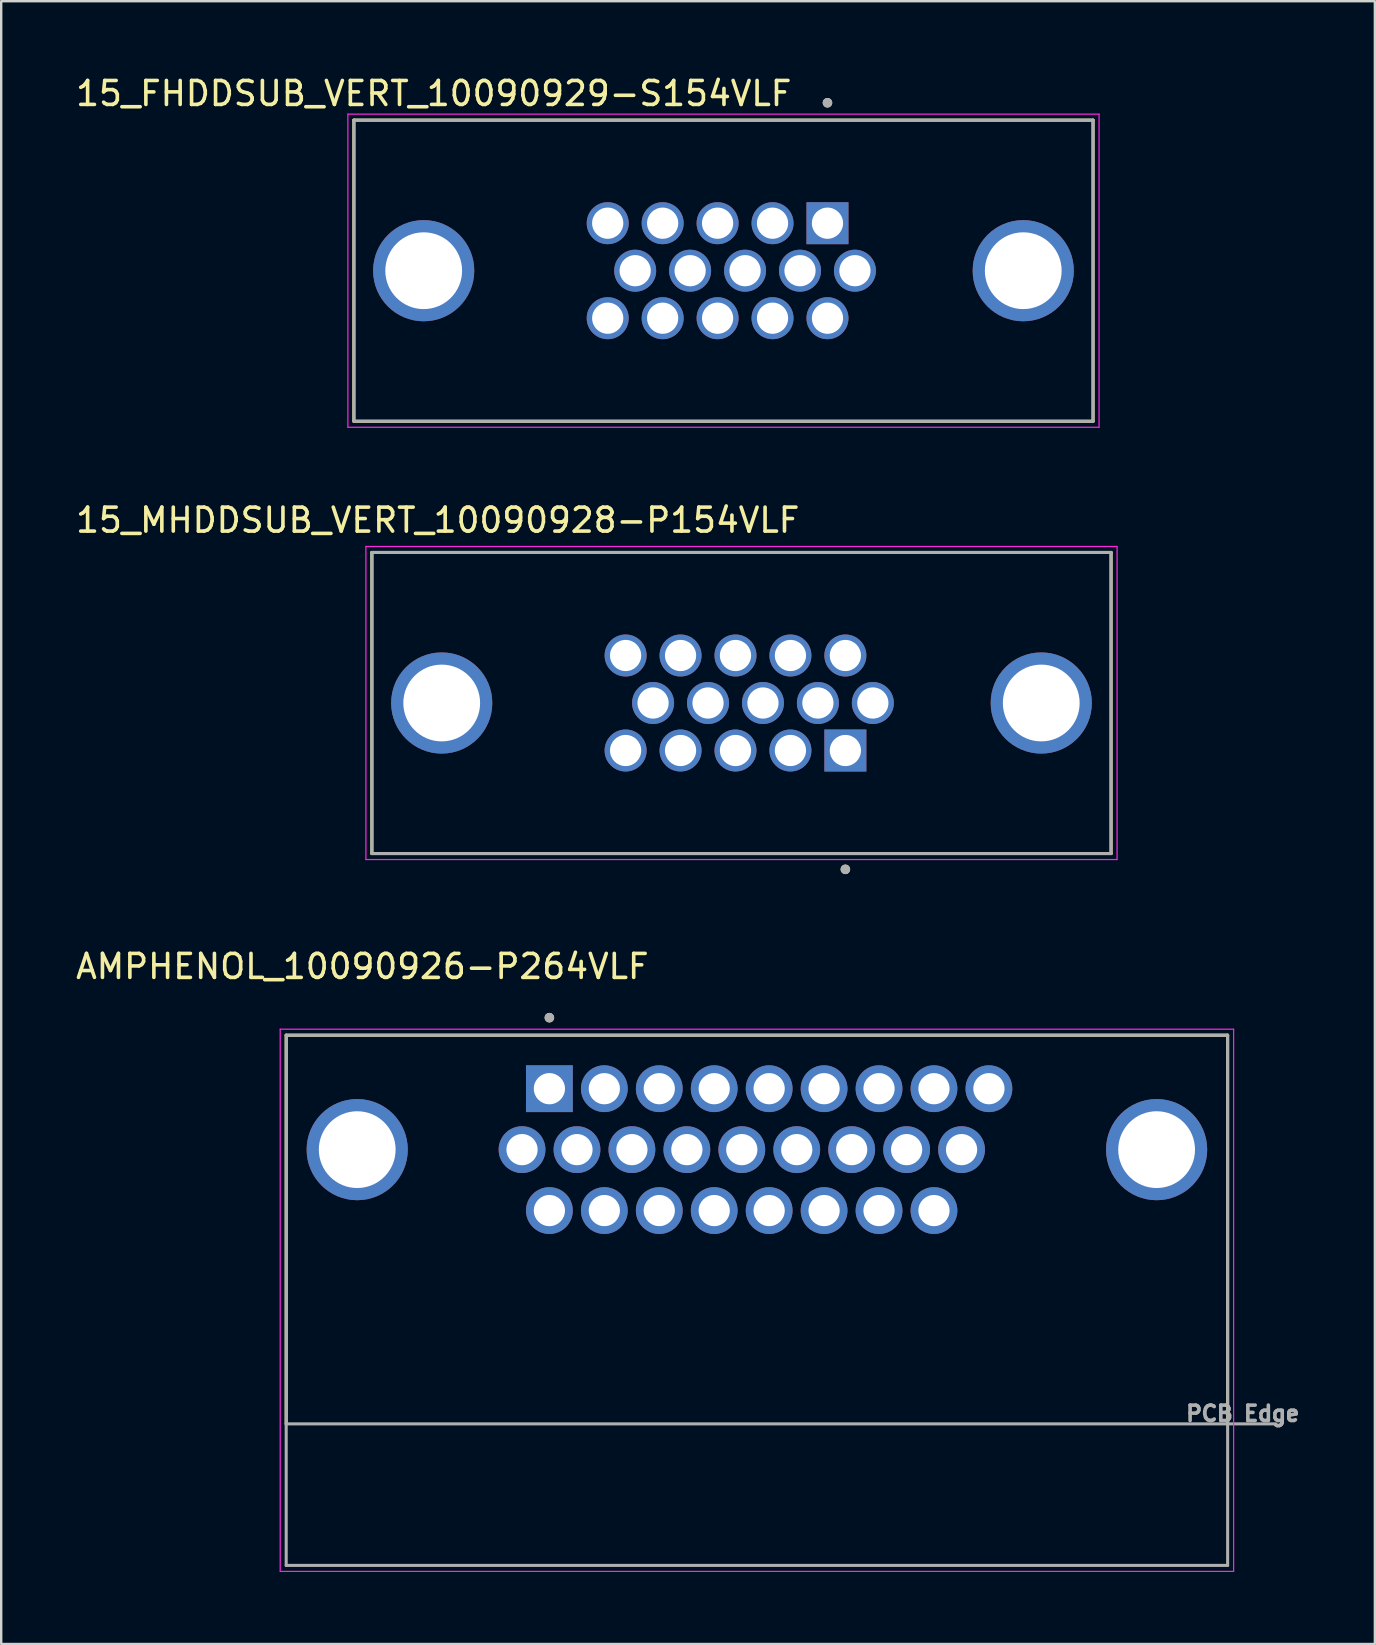
<source format=kicad_pcb>
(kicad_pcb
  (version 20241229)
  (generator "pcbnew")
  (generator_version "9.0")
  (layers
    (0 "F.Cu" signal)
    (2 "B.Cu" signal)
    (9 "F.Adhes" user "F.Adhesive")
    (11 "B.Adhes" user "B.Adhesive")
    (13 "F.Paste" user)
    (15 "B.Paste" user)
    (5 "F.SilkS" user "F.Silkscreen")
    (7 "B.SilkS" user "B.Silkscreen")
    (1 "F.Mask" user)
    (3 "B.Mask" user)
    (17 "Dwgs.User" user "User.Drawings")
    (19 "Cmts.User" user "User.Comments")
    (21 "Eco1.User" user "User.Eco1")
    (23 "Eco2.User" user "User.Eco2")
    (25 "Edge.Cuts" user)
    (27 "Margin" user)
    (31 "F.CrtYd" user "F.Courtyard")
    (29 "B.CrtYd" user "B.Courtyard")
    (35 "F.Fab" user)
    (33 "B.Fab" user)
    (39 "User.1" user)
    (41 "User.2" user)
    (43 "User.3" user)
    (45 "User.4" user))
  (footprint "15_FHDDSUB_VERT_10090929-S154VLF"
    (layer "F.Cu")
    (at 27.105 8.233)
    (property "Reference" "15_FHDDSUB_VERT_10090929-S154VLF" (at -12.075 -7.385 0) (layer "F.SilkS") (effects (font (size 1 1) (thickness 0.15))))
    (attr through_hole)
    (fp_line (start -15.405 -6.275) (end 15.405 -6.275) (stroke (width 0.127) (type solid)) (layer "F.SilkS"))
    (fp_line (start -15.405 6.275) (end -15.405 -6.275) (stroke (width 0.127) (type solid)) (layer "F.SilkS"))
    (fp_line (start 15.405 -6.275) (end 15.405 6.275) (stroke (width 0.127) (type solid)) (layer "F.SilkS"))
    (fp_line (start 15.405 6.275) (end -15.405 6.275) (stroke (width 0.127) (type solid)) (layer "F.SilkS"))
    (fp_circle (center 4.335 -7) (end 4.435 -7) (stroke (width 0.2) (type solid)) (fill no) (layer "F.SilkS"))
    (fp_line (start -15.655 -6.525) (end -15.655 6.525) (stroke (width 0.05) (type solid)) (layer "F.CrtYd"))
    (fp_line (start -15.655 6.525) (end 15.655 6.525) (stroke (width 0.05) (type solid)) (layer "F.CrtYd"))
    (fp_line (start 15.655 -6.525) (end -15.655 -6.525) (stroke (width 0.05) (type solid)) (layer "F.CrtYd"))
    (fp_line (start 15.655 6.525) (end 15.655 -6.525) (stroke (width 0.05) (type solid)) (layer "F.CrtYd"))
    (fp_line (start -15.405 -6.275) (end 15.405 -6.275) (stroke (width 0.127) (type solid)) (layer "F.Fab"))
    (fp_line (start -15.405 6.275) (end -15.405 -6.275) (stroke (width 0.127) (type solid)) (layer "F.Fab"))
    (fp_line (start 15.405 -6.275) (end 15.405 6.275) (stroke (width 0.127) (type solid)) (layer "F.Fab"))
    (fp_line (start 15.405 6.275) (end -15.405 6.275) (stroke (width 0.127) (type solid)) (layer "F.Fab"))
    (fp_circle (center 4.335 -7) (end 4.435 -7) (stroke (width 0.2) (type solid)) (fill no) (layer "F.Fab"))
    (pad "1" thru_hole rect (at 4.335 -1.98) (size 1.75 1.75) (drill 1.3) (layers "*.Cu" "*.Mask"))
    (pad "2" thru_hole circle (at 2.045 -1.98) (size 1.75 1.75) (drill 1.3) (layers "*.Cu" "*.Mask"))
    (pad "3" thru_hole circle (at -0.245 -1.98) (size 1.75 1.75) (drill 1.3) (layers "*.Cu" "*.Mask"))
    (pad "4" thru_hole circle (at -2.535 -1.98) (size 1.75 1.75) (drill 1.3) (layers "*.Cu" "*.Mask"))
    (pad "5" thru_hole circle (at -4.825 -1.98) (size 1.75 1.75) (drill 1.3) (layers "*.Cu" "*.Mask"))
    (pad "6" thru_hole circle (at 5.48 0) (size 1.75 1.75) (drill 1.3) (layers "*.Cu" "*.Mask"))
    (pad "7" thru_hole circle (at 3.19 0) (size 1.75 1.75) (drill 1.3) (layers "*.Cu" "*.Mask"))
    (pad "8" thru_hole circle (at 0.9 0) (size 1.75 1.75) (drill 1.3) (layers "*.Cu" "*.Mask"))
    (pad "9" thru_hole circle (at -1.39 0) (size 1.75 1.75) (drill 1.3) (layers "*.Cu" "*.Mask"))
    (pad "10" thru_hole circle (at -3.68 0) (size 1.75 1.75) (drill 1.3) (layers "*.Cu" "*.Mask"))
    (pad "11" thru_hole circle (at 4.335 1.98) (size 1.75 1.75) (drill 1.3) (layers "*.Cu" "*.Mask"))
    (pad "12" thru_hole circle (at 2.045 1.98) (size 1.75 1.75) (drill 1.3) (layers "*.Cu" "*.Mask"))
    (pad "13" thru_hole circle (at -0.245 1.98) (size 1.75 1.75) (drill 1.3) (layers "*.Cu" "*.Mask"))
    (pad "14" thru_hole circle (at -2.535 1.98) (size 1.75 1.75) (drill 1.3) (layers "*.Cu" "*.Mask"))
    (pad "15" thru_hole circle (at -4.825 1.98) (size 1.75 1.75) (drill 1.3) (layers "*.Cu" "*.Mask"))
    (pad "SH1" thru_hole circle (at -12.495 0) (size 4.216 4.216) (drill 3.2) (layers "*.Cu" "*.Mask"))
    (pad "SH2" thru_hole circle (at 12.495 0) (size 4.216 4.216) (drill 3.2) (layers "*.Cu" "*.Mask")))
  (footprint "15_MHDDSUB_VERT_10090928-P154VLF"
    (layer "F.Cu")
    (at 27.896 26.252)
    (property "Reference" "15_MHDDSUB_VERT_10090928-P154VLF" (at -12.7 -7.62 180) (layer "F.SilkS") (effects (font (size 1 1) (thickness 0.15))))
    (attr through_hole)
    (fp_line (start -15.445 -6.275) (end 15.365 -6.275) (stroke (width 0.127) (type solid)) (layer "F.SilkS"))
    (fp_line (start -15.445 6.275) (end -15.445 -6.275) (stroke (width 0.127) (type solid)) (layer "F.SilkS"))
    (fp_line (start 15.365 -6.275) (end 15.365 6.275) (stroke (width 0.127) (type solid)) (layer "F.SilkS"))
    (fp_line (start 15.365 6.275) (end -15.445 6.275) (stroke (width 0.127) (type solid)) (layer "F.SilkS"))
    (fp_circle (center 4.29 6.933) (end 4.19 6.933) (stroke (width 0.2) (type solid)) (fill no) (layer "F.SilkS"))
    (fp_line (start -15.695 -6.525) (end -15.695 6.525) (stroke (width 0.05) (type solid)) (layer "F.CrtYd"))
    (fp_line (start -15.695 6.525) (end 15.615 6.525) (stroke (width 0.05) (type solid)) (layer "F.CrtYd"))
    (fp_line (start 15.615 -6.525) (end -15.695 -6.525) (stroke (width 0.05) (type solid)) (layer "F.CrtYd"))
    (fp_line (start 15.615 6.525) (end 15.615 -6.525) (stroke (width 0.05) (type solid)) (layer "F.CrtYd"))
    (fp_line (start -15.445 -6.275) (end 15.365 -6.275) (stroke (width 0.127) (type solid)) (layer "F.Fab"))
    (fp_line (start -15.445 6.275) (end -15.445 -6.275) (stroke (width 0.127) (type solid)) (layer "F.Fab"))
    (fp_line (start 15.365 -6.275) (end 15.365 6.275) (stroke (width 0.127) (type solid)) (layer "F.Fab"))
    (fp_line (start 15.365 6.275) (end -15.445 6.275) (stroke (width 0.127) (type solid)) (layer "F.Fab"))
    (fp_circle (center 4.29 6.933) (end 4.19 6.933) (stroke (width 0.2) (type solid)) (fill no) (layer "F.Fab"))
    (pad "1" thru_hole rect (at 4.29 1.98 180) (size 1.75 1.75) (drill 1.3) (layers "*.Cu" "*.Mask"))
    (pad "2" thru_hole circle (at 2 1.98 180) (size 1.75 1.75) (drill 1.3) (layers "*.Cu" "*.Mask"))
    (pad "3" thru_hole circle (at -0.29 1.98 180) (size 1.75 1.75) (drill 1.3) (layers "*.Cu" "*.Mask"))
    (pad "4" thru_hole circle (at -2.58 1.98 180) (size 1.75 1.75) (drill 1.3) (layers "*.Cu" "*.Mask"))
    (pad "5" thru_hole circle (at -4.87 1.98 180) (size 1.75 1.75) (drill 1.3) (layers "*.Cu" "*.Mask"))
    (pad "6" thru_hole circle (at 5.435 0 180) (size 1.75 1.75) (drill 1.3) (layers "*.Cu" "*.Mask"))
    (pad "7" thru_hole circle (at 3.145 0 180) (size 1.75 1.75) (drill 1.3) (layers "*.Cu" "*.Mask"))
    (pad "8" thru_hole circle (at 0.855 0 180) (size 1.75 1.75) (drill 1.3) (layers "*.Cu" "*.Mask"))
    (pad "9" thru_hole circle (at -1.435 0 180) (size 1.75 1.75) (drill 1.3) (layers "*.Cu" "*.Mask"))
    (pad "10" thru_hole circle (at -3.725 0 180) (size 1.75 1.75) (drill 1.3) (layers "*.Cu" "*.Mask"))
    (pad "11" thru_hole circle (at 4.29 -1.98 180) (size 1.75 1.75) (drill 1.3) (layers "*.Cu" "*.Mask"))
    (pad "12" thru_hole circle (at 2 -1.98 180) (size 1.75 1.75) (drill 1.3) (layers "*.Cu" "*.Mask"))
    (pad "13" thru_hole circle (at -0.29 -1.98 180) (size 1.75 1.75) (drill 1.3) (layers "*.Cu" "*.Mask"))
    (pad "14" thru_hole circle (at -2.58 -1.98 180) (size 1.75 1.75) (drill 1.3) (layers "*.Cu" "*.Mask"))
    (pad "15" thru_hole circle (at -4.87 -1.98 180) (size 1.75 1.75) (drill 1.3) (layers "*.Cu" "*.Mask"))
    (pad "SH1" thru_hole circle (at 12.455 0 180) (size 4.216 4.216) (drill 3.2) (layers "*.Cu" "*.Mask"))
    (pad "SH2" thru_hole circle (at -12.535 0 180) (size 4.216 4.216) (drill 3.2) (layers "*.Cu" "*.Mask")))
  (footprint "AMPHENOL_10090926-P264VLF"
    (layer "F.Cu")
    (at 28.499 44.868)
    (property "Reference" "AMPHENOL_10090926-P264VLF" (at -16.445 -7.635 0) (layer "F.SilkS") (effects (font (size 1 1) (thickness 0.15))))
    (attr through_hole)
    (fp_line (start -19.62 -4.77) (end 19.62 -4.77) (stroke (width 0.127) (type solid)) (layer "F.SilkS"))
    (fp_line (start -19.62 11.43) (end -19.62 -4.77) (stroke (width 0.127) (type solid)) (layer "F.SilkS"))
    (fp_line (start 19.62 -4.77) (end 19.62 11.43) (stroke (width 0.127) (type solid)) (layer "F.SilkS"))
    (fp_circle (center -8.65 -5.5) (end -8.55 -5.5) (stroke (width 0.2) (type solid)) (fill no) (layer "F.SilkS"))
    (fp_line (start -19.87 -5.02) (end 19.87 -5.02) (stroke (width 0.05) (type solid)) (layer "F.CrtYd"))
    (fp_line (start -19.87 17.58) (end -19.87 -5.02) (stroke (width 0.05) (type solid)) (layer "F.CrtYd"))
    (fp_line (start 19.87 -5.02) (end 19.87 17.58) (stroke (width 0.05) (type solid)) (layer "F.CrtYd"))
    (fp_line (start 19.87 17.58) (end -19.87 17.58) (stroke (width 0.05) (type solid)) (layer "F.CrtYd"))
    (fp_line (start -19.62 -4.77) (end 19.62 -4.77) (stroke (width 0.127) (type solid)) (layer "F.Fab"))
    (fp_line (start -19.62 11.43) (end -19.62 -4.77) (stroke (width 0.127) (type solid)) (layer "F.Fab"))
    (fp_line (start -19.62 11.43) (end -19.62 17.33) (stroke (width 0.127) (type solid)) (layer "F.Fab"))
    (fp_line (start -19.62 11.43) (end 21.63 11.43) (stroke (width 0.127) (type solid)) (layer "F.Fab"))
    (fp_line (start -19.62 17.33) (end 19.62 17.33) (stroke (width 0.127) (type solid)) (layer "F.Fab"))
    (fp_line (start 19.62 -4.77) (end 19.62 17.33) (stroke (width 0.127) (type solid)) (layer "F.Fab"))
    (fp_circle (center -8.65 -5.5) (end -8.55 -5.5) (stroke (width 0.2) (type solid)) (fill no) (layer "F.Fab"))
    (fp_text user "PCB Edge" (at 20.25 11 0) (layer "F.Fab") (effects (font (size 0.64 0.64) (thickness 0.15))))
    (pad "1" thru_hole rect (at -8.65 -2.54) (size 1.95 1.95) (drill 1.3) (layers "*.Cu" "*.Mask"))
    (pad "2" thru_hole circle (at -6.36 -2.54) (size 1.95 1.95) (drill 1.3) (layers "*.Cu" "*.Mask"))
    (pad "3" thru_hole circle (at -4.07 -2.54) (size 1.95 1.95) (drill 1.3) (layers "*.Cu" "*.Mask"))
    (pad "4" thru_hole circle (at -1.78 -2.54) (size 1.95 1.95) (drill 1.3) (layers "*.Cu" "*.Mask"))
    (pad "5" thru_hole circle (at 0.51 -2.54) (size 1.95 1.95) (drill 1.3) (layers "*.Cu" "*.Mask"))
    (pad "6" thru_hole circle (at 2.8 -2.54) (size 1.95 1.95) (drill 1.3) (layers "*.Cu" "*.Mask"))
    (pad "7" thru_hole circle (at 5.09 -2.54) (size 1.95 1.95) (drill 1.3) (layers "*.Cu" "*.Mask"))
    (pad "8" thru_hole circle (at 7.38 -2.54) (size 1.95 1.95) (drill 1.3) (layers "*.Cu" "*.Mask"))
    (pad "9" thru_hole circle (at 9.67 -2.54) (size 1.95 1.95) (drill 1.3) (layers "*.Cu" "*.Mask"))
    (pad "10" thru_hole circle (at -9.79 0) (size 1.95 1.95) (drill 1.3) (layers "*.Cu" "*.Mask"))
    (pad "11" thru_hole circle (at -7.5 0) (size 1.95 1.95) (drill 1.3) (layers "*.Cu" "*.Mask"))
    (pad "12" thru_hole circle (at -5.21 0) (size 1.95 1.95) (drill 1.3) (layers "*.Cu" "*.Mask"))
    (pad "13" thru_hole circle (at -2.92 0) (size 1.95 1.95) (drill 1.3) (layers "*.Cu" "*.Mask"))
    (pad "14" thru_hole circle (at -0.63 0) (size 1.95 1.95) (drill 1.3) (layers "*.Cu" "*.Mask"))
    (pad "15" thru_hole circle (at 1.66 0) (size 1.95 1.95) (drill 1.3) (layers "*.Cu" "*.Mask"))
    (pad "16" thru_hole circle (at 3.95 0) (size 1.95 1.95) (drill 1.3) (layers "*.Cu" "*.Mask"))
    (pad "17" thru_hole circle (at 6.24 0) (size 1.95 1.95) (drill 1.3) (layers "*.Cu" "*.Mask"))
    (pad "18" thru_hole circle (at 8.53 0) (size 1.95 1.95) (drill 1.3) (layers "*.Cu" "*.Mask"))
    (pad "19" thru_hole circle (at -8.65 2.54) (size 1.95 1.95) (drill 1.3) (layers "*.Cu" "*.Mask"))
    (pad "20" thru_hole circle (at -6.36 2.54) (size 1.95 1.95) (drill 1.3) (layers "*.Cu" "*.Mask"))
    (pad "21" thru_hole circle (at -4.07 2.54) (size 1.95 1.95) (drill 1.3) (layers "*.Cu" "*.Mask"))
    (pad "22" thru_hole circle (at -1.78 2.54) (size 1.95 1.95) (drill 1.3) (layers "*.Cu" "*.Mask"))
    (pad "23" thru_hole circle (at 0.51 2.54) (size 1.95 1.95) (drill 1.3) (layers "*.Cu" "*.Mask"))
    (pad "24" thru_hole circle (at 2.8 2.54) (size 1.95 1.95) (drill 1.3) (layers "*.Cu" "*.Mask"))
    (pad "25" thru_hole circle (at 5.09 2.54) (size 1.95 1.95) (drill 1.3) (layers "*.Cu" "*.Mask"))
    (pad "26" thru_hole circle (at 7.38 2.54) (size 1.95 1.95) (drill 1.3) (layers "*.Cu" "*.Mask"))
    (pad "SH1" thru_hole circle (at -16.66 0) (size 4.216 4.216) (drill 3.2) (layers "*.Cu" "*.Mask"))
    (pad "SH2" thru_hole circle (at 16.66 0) (size 4.216 4.216) (drill 3.2) (layers "*.Cu" "*.Mask")))
  (gr_rect
    (start -3 -3)
    (end 54.256 65.473)
    (stroke (width 0.1) (type default))
    (fill no)
    (layer "Edge.Cuts")))
</source>
